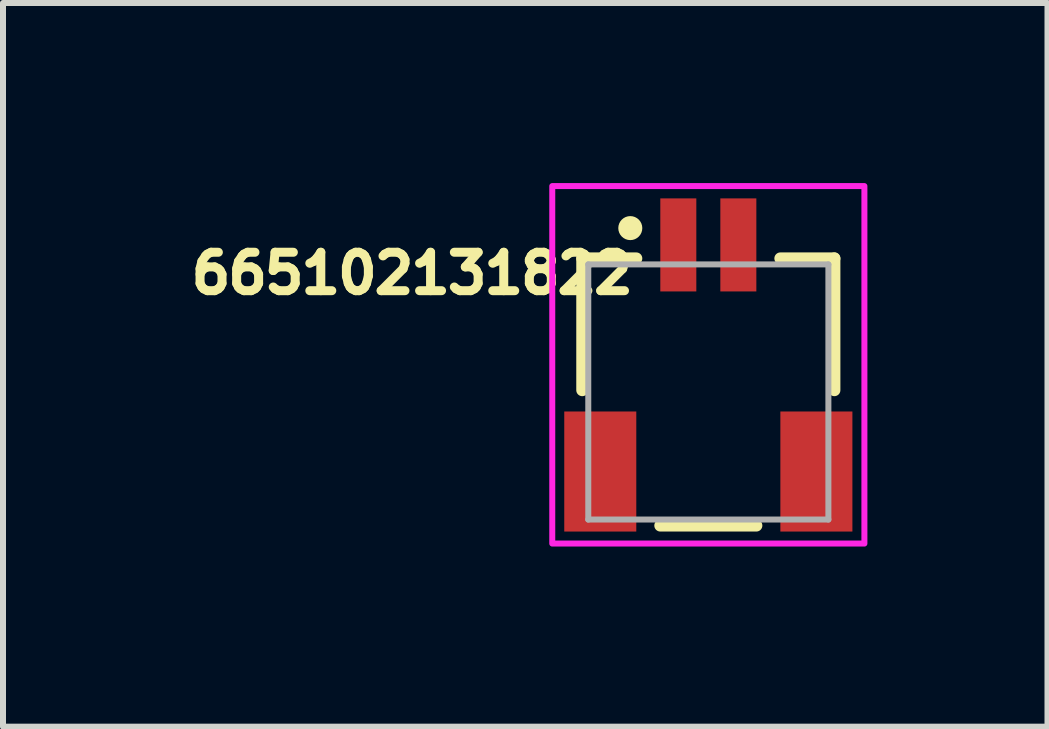
<source format=kicad_pcb>
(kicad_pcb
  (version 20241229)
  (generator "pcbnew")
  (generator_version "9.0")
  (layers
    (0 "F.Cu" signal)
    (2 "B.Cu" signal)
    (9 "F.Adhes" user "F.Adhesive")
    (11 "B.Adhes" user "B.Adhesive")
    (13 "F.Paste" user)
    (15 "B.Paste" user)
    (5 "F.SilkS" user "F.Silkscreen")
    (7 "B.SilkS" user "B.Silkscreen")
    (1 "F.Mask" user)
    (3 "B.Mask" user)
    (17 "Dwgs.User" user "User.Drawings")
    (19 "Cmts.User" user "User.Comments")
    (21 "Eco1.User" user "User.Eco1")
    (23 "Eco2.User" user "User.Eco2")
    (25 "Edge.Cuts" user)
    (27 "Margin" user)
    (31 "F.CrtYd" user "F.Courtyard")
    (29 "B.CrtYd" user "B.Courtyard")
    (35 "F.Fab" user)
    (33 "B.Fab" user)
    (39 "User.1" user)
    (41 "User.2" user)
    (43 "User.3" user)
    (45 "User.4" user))
  (footprint "665102131822"
    (layer "F.Cu")
    (at 8.75 2.95)
    (property "Reference" "665102131822" (at -4.932 -1.446 0) (layer "F.SilkS") (effects (font (size 0.64 0.64) (thickness 0.15))))
    (attr smd)
    (fp_line (start -2.1 -1.695) (end -2.1 0.5) (stroke (width 0.2) (type solid)) (layer "F.SilkS"))
    (fp_line (start -1.2 -1.695) (end -2.1 -1.695) (stroke (width 0.2) (type solid)) (layer "F.SilkS"))
    (fp_line (start -0.8 2.755) (end 0.8 2.755) (stroke (width 0.2) (type solid)) (layer "F.SilkS"))
    (fp_line (start 1.2 -1.695) (end 2.1 -1.695) (stroke (width 0.2) (type solid)) (layer "F.SilkS"))
    (fp_line (start 2.1 -1.695) (end 2.1 0.5) (stroke (width 0.2) (type solid)) (layer "F.SilkS"))
    (fp_circle (center -1.3 -2.2) (end -1.2 -2.2) (stroke (width 0.2) (type solid)) (fill no) (layer "F.SilkS"))
    (fp_poly (pts (xy -2.6 3.055) (xy 2.6 3.055) (xy 2.6 -2.9) (xy -2.6 -2.9)) (stroke (width 0.1) (type solid)) (fill no) (layer "F.CrtYd"))
    (fp_line (start -2 -1.595) (end 2 -1.595) (stroke (width 0.1) (type solid)) (layer "F.Fab"))
    (fp_line (start -2 2.655) (end -2 -1.595) (stroke (width 0.1) (type solid)) (layer "F.Fab"))
    (fp_line (start 2 -1.595) (end 2 2.655) (stroke (width 0.1) (type solid)) (layer "F.Fab"))
    (fp_line (start 2 2.655) (end -2 2.655) (stroke (width 0.1) (type solid)) (layer "F.Fab"))
    (pad "1" smd rect (at -0.5 -1.92) (size 0.6 1.55) (layers "F.Cu" "F.Mask" "F.Paste"))
    (pad "2" smd rect (at 0.5 -1.92) (size 0.6 1.55) (layers "F.Cu" "F.Mask" "F.Paste"))
    (pad "Z1" smd rect (at -1.8 1.855) (size 1.2 2) (layers "F.Cu" "F.Mask" "F.Paste"))
    (pad "Z2" smd rect (at 1.8 1.855) (size 1.2 2) (layers "F.Cu" "F.Mask" "F.Paste")))
  (gr_rect
    (start -3 -3)
    (end 14.4 9.055)
    (stroke (width 0.1) (type default))
    (fill no)
    (layer "Edge.Cuts")))
</source>
